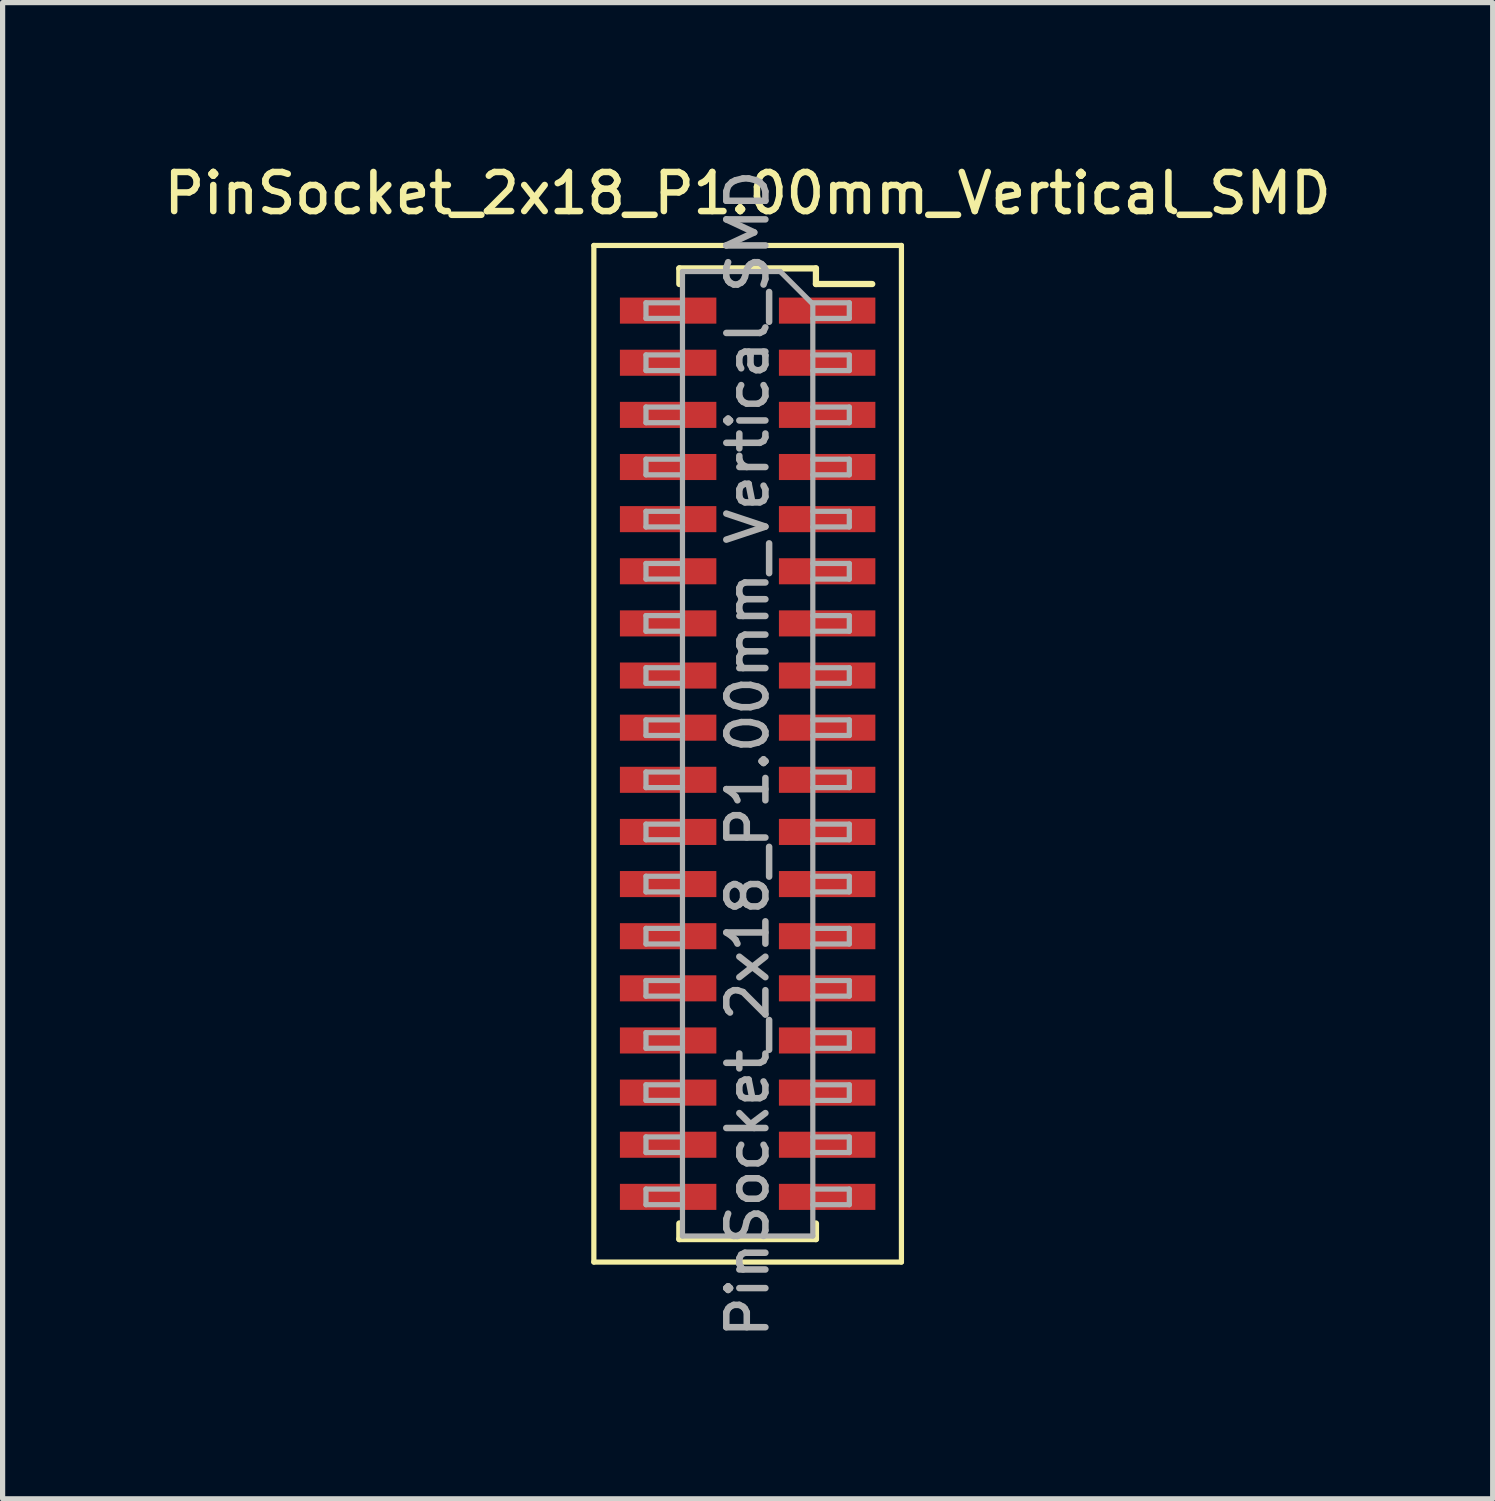
<source format=kicad_pcb>
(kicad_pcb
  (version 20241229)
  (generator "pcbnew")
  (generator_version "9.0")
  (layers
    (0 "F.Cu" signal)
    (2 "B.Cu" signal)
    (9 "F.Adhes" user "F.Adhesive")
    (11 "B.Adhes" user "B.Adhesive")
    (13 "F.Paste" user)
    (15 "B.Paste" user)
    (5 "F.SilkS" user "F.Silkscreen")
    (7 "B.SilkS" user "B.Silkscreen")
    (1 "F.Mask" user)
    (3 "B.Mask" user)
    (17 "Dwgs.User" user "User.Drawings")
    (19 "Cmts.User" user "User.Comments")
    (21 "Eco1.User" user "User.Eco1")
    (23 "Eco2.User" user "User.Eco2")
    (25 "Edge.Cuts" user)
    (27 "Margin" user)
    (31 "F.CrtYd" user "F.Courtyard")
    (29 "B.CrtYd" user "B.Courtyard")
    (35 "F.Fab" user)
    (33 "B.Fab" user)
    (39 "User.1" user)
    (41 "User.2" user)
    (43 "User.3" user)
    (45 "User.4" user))
  (footprint "PinSocket_2x18_P1.00mm_Vertical_SMD"
    (layer "F.Cu")
    (at 11.291 11.408)
    (property "Reference" "PinSocket_2x18_P1.00mm_Vertical_SMD" (at 0 -10.75 0) (layer "F.SilkS") (effects (font (size 0.75 0.75) (thickness 0.125))))
    (attr smd)
    (fp_line (start -2.95 -9.75) (end 2.95 -9.75) (stroke (width 0.1) (type solid)) (layer "F.SilkS"))
    (fp_line (start -2.95 9.75) (end -2.95 -9.75) (stroke (width 0.1) (type solid)) (layer "F.SilkS"))
    (fp_line (start -1.31 -9.31) (end -1.31 -9.01) (stroke (width 0.12) (type solid)) (layer "F.SilkS"))
    (fp_line (start -1.31 -9.31) (end 1.31 -9.31) (stroke (width 0.12) (type solid)) (layer "F.SilkS"))
    (fp_line (start -1.31 9.01) (end -1.31 9.31) (stroke (width 0.12) (type solid)) (layer "F.SilkS"))
    (fp_line (start -1.31 9.31) (end 1.31 9.31) (stroke (width 0.12) (type solid)) (layer "F.SilkS"))
    (fp_line (start 1.31 -9.31) (end 1.31 -9.01) (stroke (width 0.12) (type solid)) (layer "F.SilkS"))
    (fp_line (start 1.31 -9.01) (end 2.39 -9.01) (stroke (width 0.12) (type solid)) (layer "F.SilkS"))
    (fp_line (start 1.31 9.01) (end 1.31 9.31) (stroke (width 0.12) (type solid)) (layer "F.SilkS"))
    (fp_line (start 2.95 -9.75) (end 2.95 9.75) (stroke (width 0.1) (type solid)) (layer "F.SilkS"))
    (fp_line (start 2.95 9.75) (end -2.95 9.75) (stroke (width 0.1) (type solid)) (layer "F.SilkS"))
    (fp_line (start -1.95 -8.65) (end -1.25 -8.65) (stroke (width 0.1) (type solid)) (layer "F.Fab"))
    (fp_line (start -1.95 -8.35) (end -1.95 -8.65) (stroke (width 0.1) (type solid)) (layer "F.Fab"))
    (fp_line (start -1.95 -7.65) (end -1.25 -7.65) (stroke (width 0.1) (type solid)) (layer "F.Fab"))
    (fp_line (start -1.95 -7.35) (end -1.95 -7.65) (stroke (width 0.1) (type solid)) (layer "F.Fab"))
    (fp_line (start -1.95 -6.65) (end -1.25 -6.65) (stroke (width 0.1) (type solid)) (layer "F.Fab"))
    (fp_line (start -1.95 -6.35) (end -1.95 -6.65) (stroke (width 0.1) (type solid)) (layer "F.Fab"))
    (fp_line (start -1.95 -5.65) (end -1.25 -5.65) (stroke (width 0.1) (type solid)) (layer "F.Fab"))
    (fp_line (start -1.95 -5.35) (end -1.95 -5.65) (stroke (width 0.1) (type solid)) (layer "F.Fab"))
    (fp_line (start -1.95 -4.65) (end -1.25 -4.65) (stroke (width 0.1) (type solid)) (layer "F.Fab"))
    (fp_line (start -1.95 -4.35) (end -1.95 -4.65) (stroke (width 0.1) (type solid)) (layer "F.Fab"))
    (fp_line (start -1.95 -3.65) (end -1.25 -3.65) (stroke (width 0.1) (type solid)) (layer "F.Fab"))
    (fp_line (start -1.95 -3.35) (end -1.95 -3.65) (stroke (width 0.1) (type solid)) (layer "F.Fab"))
    (fp_line (start -1.95 -2.65) (end -1.25 -2.65) (stroke (width 0.1) (type solid)) (layer "F.Fab"))
    (fp_line (start -1.95 -2.35) (end -1.95 -2.65) (stroke (width 0.1) (type solid)) (layer "F.Fab"))
    (fp_line (start -1.95 -1.65) (end -1.25 -1.65) (stroke (width 0.1) (type solid)) (layer "F.Fab"))
    (fp_line (start -1.95 -1.35) (end -1.95 -1.65) (stroke (width 0.1) (type solid)) (layer "F.Fab"))
    (fp_line (start -1.95 -0.65) (end -1.25 -0.65) (stroke (width 0.1) (type solid)) (layer "F.Fab"))
    (fp_line (start -1.95 -0.35) (end -1.95 -0.65) (stroke (width 0.1) (type solid)) (layer "F.Fab"))
    (fp_line (start -1.95 0.35) (end -1.25 0.35) (stroke (width 0.1) (type solid)) (layer "F.Fab"))
    (fp_line (start -1.95 0.65) (end -1.95 0.35) (stroke (width 0.1) (type solid)) (layer "F.Fab"))
    (fp_line (start -1.95 1.35) (end -1.25 1.35) (stroke (width 0.1) (type solid)) (layer "F.Fab"))
    (fp_line (start -1.95 1.65) (end -1.95 1.35) (stroke (width 0.1) (type solid)) (layer "F.Fab"))
    (fp_line (start -1.95 2.35) (end -1.25 2.35) (stroke (width 0.1) (type solid)) (layer "F.Fab"))
    (fp_line (start -1.95 2.65) (end -1.95 2.35) (stroke (width 0.1) (type solid)) (layer "F.Fab"))
    (fp_line (start -1.95 3.35) (end -1.25 3.35) (stroke (width 0.1) (type solid)) (layer "F.Fab"))
    (fp_line (start -1.95 3.65) (end -1.95 3.35) (stroke (width 0.1) (type solid)) (layer "F.Fab"))
    (fp_line (start -1.95 4.35) (end -1.25 4.35) (stroke (width 0.1) (type solid)) (layer "F.Fab"))
    (fp_line (start -1.95 4.65) (end -1.95 4.35) (stroke (width 0.1) (type solid)) (layer "F.Fab"))
    (fp_line (start -1.95 5.35) (end -1.25 5.35) (stroke (width 0.1) (type solid)) (layer "F.Fab"))
    (fp_line (start -1.95 5.65) (end -1.95 5.35) (stroke (width 0.1) (type solid)) (layer "F.Fab"))
    (fp_line (start -1.95 6.35) (end -1.25 6.35) (stroke (width 0.1) (type solid)) (layer "F.Fab"))
    (fp_line (start -1.95 6.65) (end -1.95 6.35) (stroke (width 0.1) (type solid)) (layer "F.Fab"))
    (fp_line (start -1.95 7.35) (end -1.25 7.35) (stroke (width 0.1) (type solid)) (layer "F.Fab"))
    (fp_line (start -1.95 7.65) (end -1.95 7.35) (stroke (width 0.1) (type solid)) (layer "F.Fab"))
    (fp_line (start -1.95 8.35) (end -1.25 8.35) (stroke (width 0.1) (type solid)) (layer "F.Fab"))
    (fp_line (start -1.95 8.65) (end -1.95 8.35) (stroke (width 0.1) (type solid)) (layer "F.Fab"))
    (fp_line (start -1.25 -9.25) (end 0.625 -9.25) (stroke (width 0.1) (type solid)) (layer "F.Fab"))
    (fp_line (start -1.25 -8.35) (end -1.95 -8.35) (stroke (width 0.1) (type solid)) (layer "F.Fab"))
    (fp_line (start -1.25 -7.35) (end -1.95 -7.35) (stroke (width 0.1) (type solid)) (layer "F.Fab"))
    (fp_line (start -1.25 -6.35) (end -1.95 -6.35) (stroke (width 0.1) (type solid)) (layer "F.Fab"))
    (fp_line (start -1.25 -5.35) (end -1.95 -5.35) (stroke (width 0.1) (type solid)) (layer "F.Fab"))
    (fp_line (start -1.25 -4.35) (end -1.95 -4.35) (stroke (width 0.1) (type solid)) (layer "F.Fab"))
    (fp_line (start -1.25 -3.35) (end -1.95 -3.35) (stroke (width 0.1) (type solid)) (layer "F.Fab"))
    (fp_line (start -1.25 -2.35) (end -1.95 -2.35) (stroke (width 0.1) (type solid)) (layer "F.Fab"))
    (fp_line (start -1.25 -1.35) (end -1.95 -1.35) (stroke (width 0.1) (type solid)) (layer "F.Fab"))
    (fp_line (start -1.25 -0.35) (end -1.95 -0.35) (stroke (width 0.1) (type solid)) (layer "F.Fab"))
    (fp_line (start -1.25 0.65) (end -1.95 0.65) (stroke (width 0.1) (type solid)) (layer "F.Fab"))
    (fp_line (start -1.25 1.65) (end -1.95 1.65) (stroke (width 0.1) (type solid)) (layer "F.Fab"))
    (fp_line (start -1.25 2.65) (end -1.95 2.65) (stroke (width 0.1) (type solid)) (layer "F.Fab"))
    (fp_line (start -1.25 3.65) (end -1.95 3.65) (stroke (width 0.1) (type solid)) (layer "F.Fab"))
    (fp_line (start -1.25 4.65) (end -1.95 4.65) (stroke (width 0.1) (type solid)) (layer "F.Fab"))
    (fp_line (start -1.25 5.65) (end -1.95 5.65) (stroke (width 0.1) (type solid)) (layer "F.Fab"))
    (fp_line (start -1.25 6.65) (end -1.95 6.65) (stroke (width 0.1) (type solid)) (layer "F.Fab"))
    (fp_line (start -1.25 7.65) (end -1.95 7.65) (stroke (width 0.1) (type solid)) (layer "F.Fab"))
    (fp_line (start -1.25 8.65) (end -1.95 8.65) (stroke (width 0.1) (type solid)) (layer "F.Fab"))
    (fp_line (start -1.25 9.25) (end -1.25 -9.25) (stroke (width 0.1) (type solid)) (layer "F.Fab"))
    (fp_line (start 0.625 -9.25) (end 1.25 -8.625) (stroke (width 0.1) (type solid)) (layer "F.Fab"))
    (fp_line (start 1.25 -8.65) (end 1.95 -8.65) (stroke (width 0.1) (type solid)) (layer "F.Fab"))
    (fp_line (start 1.25 -8.625) (end 1.25 9.25) (stroke (width 0.1) (type solid)) (layer "F.Fab"))
    (fp_line (start 1.25 -7.65) (end 1.95 -7.65) (stroke (width 0.1) (type solid)) (layer "F.Fab"))
    (fp_line (start 1.25 -6.65) (end 1.95 -6.65) (stroke (width 0.1) (type solid)) (layer "F.Fab"))
    (fp_line (start 1.25 -5.65) (end 1.95 -5.65) (stroke (width 0.1) (type solid)) (layer "F.Fab"))
    (fp_line (start 1.25 -4.65) (end 1.95 -4.65) (stroke (width 0.1) (type solid)) (layer "F.Fab"))
    (fp_line (start 1.25 -3.65) (end 1.95 -3.65) (stroke (width 0.1) (type solid)) (layer "F.Fab"))
    (fp_line (start 1.25 -2.65) (end 1.95 -2.65) (stroke (width 0.1) (type solid)) (layer "F.Fab"))
    (fp_line (start 1.25 -1.65) (end 1.95 -1.65) (stroke (width 0.1) (type solid)) (layer "F.Fab"))
    (fp_line (start 1.25 -0.65) (end 1.95 -0.65) (stroke (width 0.1) (type solid)) (layer "F.Fab"))
    (fp_line (start 1.25 0.35) (end 1.95 0.35) (stroke (width 0.1) (type solid)) (layer "F.Fab"))
    (fp_line (start 1.25 1.35) (end 1.95 1.35) (stroke (width 0.1) (type solid)) (layer "F.Fab"))
    (fp_line (start 1.25 2.35) (end 1.95 2.35) (stroke (width 0.1) (type solid)) (layer "F.Fab"))
    (fp_line (start 1.25 3.35) (end 1.95 3.35) (stroke (width 0.1) (type solid)) (layer "F.Fab"))
    (fp_line (start 1.25 4.35) (end 1.95 4.35) (stroke (width 0.1) (type solid)) (layer "F.Fab"))
    (fp_line (start 1.25 5.35) (end 1.95 5.35) (stroke (width 0.1) (type solid)) (layer "F.Fab"))
    (fp_line (start 1.25 6.35) (end 1.95 6.35) (stroke (width 0.1) (type solid)) (layer "F.Fab"))
    (fp_line (start 1.25 7.35) (end 1.95 7.35) (stroke (width 0.1) (type solid)) (layer "F.Fab"))
    (fp_line (start 1.25 8.35) (end 1.95 8.35) (stroke (width 0.1) (type solid)) (layer "F.Fab"))
    (fp_line (start 1.25 9.25) (end -1.25 9.25) (stroke (width 0.1) (type solid)) (layer "F.Fab"))
    (fp_line (start 1.95 -8.65) (end 1.95 -8.35) (stroke (width 0.1) (type solid)) (layer "F.Fab"))
    (fp_line (start 1.95 -8.35) (end 1.25 -8.35) (stroke (width 0.1) (type solid)) (layer "F.Fab"))
    (fp_line (start 1.95 -7.65) (end 1.95 -7.35) (stroke (width 0.1) (type solid)) (layer "F.Fab"))
    (fp_line (start 1.95 -7.35) (end 1.25 -7.35) (stroke (width 0.1) (type solid)) (layer "F.Fab"))
    (fp_line (start 1.95 -6.65) (end 1.95 -6.35) (stroke (width 0.1) (type solid)) (layer "F.Fab"))
    (fp_line (start 1.95 -6.35) (end 1.25 -6.35) (stroke (width 0.1) (type solid)) (layer "F.Fab"))
    (fp_line (start 1.95 -5.65) (end 1.95 -5.35) (stroke (width 0.1) (type solid)) (layer "F.Fab"))
    (fp_line (start 1.95 -5.35) (end 1.25 -5.35) (stroke (width 0.1) (type solid)) (layer "F.Fab"))
    (fp_line (start 1.95 -4.65) (end 1.95 -4.35) (stroke (width 0.1) (type solid)) (layer "F.Fab"))
    (fp_line (start 1.95 -4.35) (end 1.25 -4.35) (stroke (width 0.1) (type solid)) (layer "F.Fab"))
    (fp_line (start 1.95 -3.65) (end 1.95 -3.35) (stroke (width 0.1) (type solid)) (layer "F.Fab"))
    (fp_line (start 1.95 -3.35) (end 1.25 -3.35) (stroke (width 0.1) (type solid)) (layer "F.Fab"))
    (fp_line (start 1.95 -2.65) (end 1.95 -2.35) (stroke (width 0.1) (type solid)) (layer "F.Fab"))
    (fp_line (start 1.95 -2.35) (end 1.25 -2.35) (stroke (width 0.1) (type solid)) (layer "F.Fab"))
    (fp_line (start 1.95 -1.65) (end 1.95 -1.35) (stroke (width 0.1) (type solid)) (layer "F.Fab"))
    (fp_line (start 1.95 -1.35) (end 1.25 -1.35) (stroke (width 0.1) (type solid)) (layer "F.Fab"))
    (fp_line (start 1.95 -0.65) (end 1.95 -0.35) (stroke (width 0.1) (type solid)) (layer "F.Fab"))
    (fp_line (start 1.95 -0.35) (end 1.25 -0.35) (stroke (width 0.1) (type solid)) (layer "F.Fab"))
    (fp_line (start 1.95 0.35) (end 1.95 0.65) (stroke (width 0.1) (type solid)) (layer "F.Fab"))
    (fp_line (start 1.95 0.65) (end 1.25 0.65) (stroke (width 0.1) (type solid)) (layer "F.Fab"))
    (fp_line (start 1.95 1.35) (end 1.95 1.65) (stroke (width 0.1) (type solid)) (layer "F.Fab"))
    (fp_line (start 1.95 1.65) (end 1.25 1.65) (stroke (width 0.1) (type solid)) (layer "F.Fab"))
    (fp_line (start 1.95 2.35) (end 1.95 2.65) (stroke (width 0.1) (type solid)) (layer "F.Fab"))
    (fp_line (start 1.95 2.65) (end 1.25 2.65) (stroke (width 0.1) (type solid)) (layer "F.Fab"))
    (fp_line (start 1.95 3.35) (end 1.95 3.65) (stroke (width 0.1) (type solid)) (layer "F.Fab"))
    (fp_line (start 1.95 3.65) (end 1.25 3.65) (stroke (width 0.1) (type solid)) (layer "F.Fab"))
    (fp_line (start 1.95 4.35) (end 1.95 4.65) (stroke (width 0.1) (type solid)) (layer "F.Fab"))
    (fp_line (start 1.95 4.65) (end 1.25 4.65) (stroke (width 0.1) (type solid)) (layer "F.Fab"))
    (fp_line (start 1.95 5.35) (end 1.95 5.65) (stroke (width 0.1) (type solid)) (layer "F.Fab"))
    (fp_line (start 1.95 5.65) (end 1.25 5.65) (stroke (width 0.1) (type solid)) (layer "F.Fab"))
    (fp_line (start 1.95 6.35) (end 1.95 6.65) (stroke (width 0.1) (type solid)) (layer "F.Fab"))
    (fp_line (start 1.95 6.65) (end 1.25 6.65) (stroke (width 0.1) (type solid)) (layer "F.Fab"))
    (fp_line (start 1.95 7.35) (end 1.95 7.65) (stroke (width 0.1) (type solid)) (layer "F.Fab"))
    (fp_line (start 1.95 7.65) (end 1.25 7.65) (stroke (width 0.1) (type solid)) (layer "F.Fab"))
    (fp_line (start 1.95 8.35) (end 1.95 8.65) (stroke (width 0.1) (type solid)) (layer "F.Fab"))
    (fp_line (start 1.95 8.65) (end 1.25 8.65) (stroke (width 0.1) (type solid)) (layer "F.Fab"))
    (fp_text user "${REFERENCE}" (at 0 0 90) (layer "F.Fab") (effects (font (size 0.75 0.75) (thickness 0.125))))
    (pad "1" smd rect (at 1.525 -8.5) (size 1.85 0.5) (layers "F.Cu" "F.Mask" "F.Paste"))
    (pad "2" smd rect (at -1.525 -8.5) (size 1.85 0.5) (layers "F.Cu" "F.Mask" "F.Paste"))
    (pad "3" smd rect (at 1.525 -7.5) (size 1.85 0.5) (layers "F.Cu" "F.Mask" "F.Paste"))
    (pad "4" smd rect (at -1.525 -7.5) (size 1.85 0.5) (layers "F.Cu" "F.Mask" "F.Paste"))
    (pad "5" smd rect (at 1.525 -6.5) (size 1.85 0.5) (layers "F.Cu" "F.Mask" "F.Paste"))
    (pad "6" smd rect (at -1.525 -6.5) (size 1.85 0.5) (layers "F.Cu" "F.Mask" "F.Paste"))
    (pad "7" smd rect (at 1.525 -5.5) (size 1.85 0.5) (layers "F.Cu" "F.Mask" "F.Paste"))
    (pad "8" smd rect (at -1.525 -5.5) (size 1.85 0.5) (layers "F.Cu" "F.Mask" "F.Paste"))
    (pad "9" smd rect (at 1.525 -4.5) (size 1.85 0.5) (layers "F.Cu" "F.Mask" "F.Paste"))
    (pad "10" smd rect (at -1.525 -4.5) (size 1.85 0.5) (layers "F.Cu" "F.Mask" "F.Paste"))
    (pad "11" smd rect (at 1.525 -3.5) (size 1.85 0.5) (layers "F.Cu" "F.Mask" "F.Paste"))
    (pad "12" smd rect (at -1.525 -3.5) (size 1.85 0.5) (layers "F.Cu" "F.Mask" "F.Paste"))
    (pad "13" smd rect (at 1.525 -2.5) (size 1.85 0.5) (layers "F.Cu" "F.Mask" "F.Paste"))
    (pad "14" smd rect (at -1.525 -2.5) (size 1.85 0.5) (layers "F.Cu" "F.Mask" "F.Paste"))
    (pad "15" smd rect (at 1.525 -1.5) (size 1.85 0.5) (layers "F.Cu" "F.Mask" "F.Paste"))
    (pad "16" smd rect (at -1.525 -1.5) (size 1.85 0.5) (layers "F.Cu" "F.Mask" "F.Paste"))
    (pad "17" smd rect (at 1.525 -0.5) (size 1.85 0.5) (layers "F.Cu" "F.Mask" "F.Paste"))
    (pad "18" smd rect (at -1.525 -0.5) (size 1.85 0.5) (layers "F.Cu" "F.Mask" "F.Paste"))
    (pad "19" smd rect (at 1.525 0.5) (size 1.85 0.5) (layers "F.Cu" "F.Mask" "F.Paste"))
    (pad "20" smd rect (at -1.525 0.5) (size 1.85 0.5) (layers "F.Cu" "F.Mask" "F.Paste"))
    (pad "21" smd rect (at 1.525 1.5) (size 1.85 0.5) (layers "F.Cu" "F.Mask" "F.Paste"))
    (pad "22" smd rect (at -1.525 1.5) (size 1.85 0.5) (layers "F.Cu" "F.Mask" "F.Paste"))
    (pad "23" smd rect (at 1.525 2.5) (size 1.85 0.5) (layers "F.Cu" "F.Mask" "F.Paste"))
    (pad "24" smd rect (at -1.525 2.5) (size 1.85 0.5) (layers "F.Cu" "F.Mask" "F.Paste"))
    (pad "25" smd rect (at 1.525 3.5) (size 1.85 0.5) (layers "F.Cu" "F.Mask" "F.Paste"))
    (pad "26" smd rect (at -1.525 3.5) (size 1.85 0.5) (layers "F.Cu" "F.Mask" "F.Paste"))
    (pad "27" smd rect (at 1.525 4.5) (size 1.85 0.5) (layers "F.Cu" "F.Mask" "F.Paste"))
    (pad "28" smd rect (at -1.525 4.5) (size 1.85 0.5) (layers "F.Cu" "F.Mask" "F.Paste"))
    (pad "29" smd rect (at 1.525 5.5) (size 1.85 0.5) (layers "F.Cu" "F.Mask" "F.Paste"))
    (pad "30" smd rect (at -1.525 5.5) (size 1.85 0.5) (layers "F.Cu" "F.Mask" "F.Paste"))
    (pad "31" smd rect (at 1.525 6.5) (size 1.85 0.5) (layers "F.Cu" "F.Mask" "F.Paste"))
    (pad "32" smd rect (at -1.525 6.5) (size 1.85 0.5) (layers "F.Cu" "F.Mask" "F.Paste"))
    (pad "33" smd rect (at 1.525 7.5) (size 1.85 0.5) (layers "F.Cu" "F.Mask" "F.Paste"))
    (pad "34" smd rect (at -1.525 7.5) (size 1.85 0.5) (layers "F.Cu" "F.Mask" "F.Paste"))
    (pad "35" smd rect (at 1.525 8.5) (size 1.85 0.5) (layers "F.Cu" "F.Mask" "F.Paste"))
    (pad "36" smd rect (at -1.525 8.5) (size 1.85 0.5) (layers "F.Cu" "F.Mask" "F.Paste")))
  (gr_rect
    (start -3 -3)
    (end 25.582 25.699)
    (stroke (width 0.1) (type default))
    (fill no)
    (layer "Edge.Cuts")))
</source>
